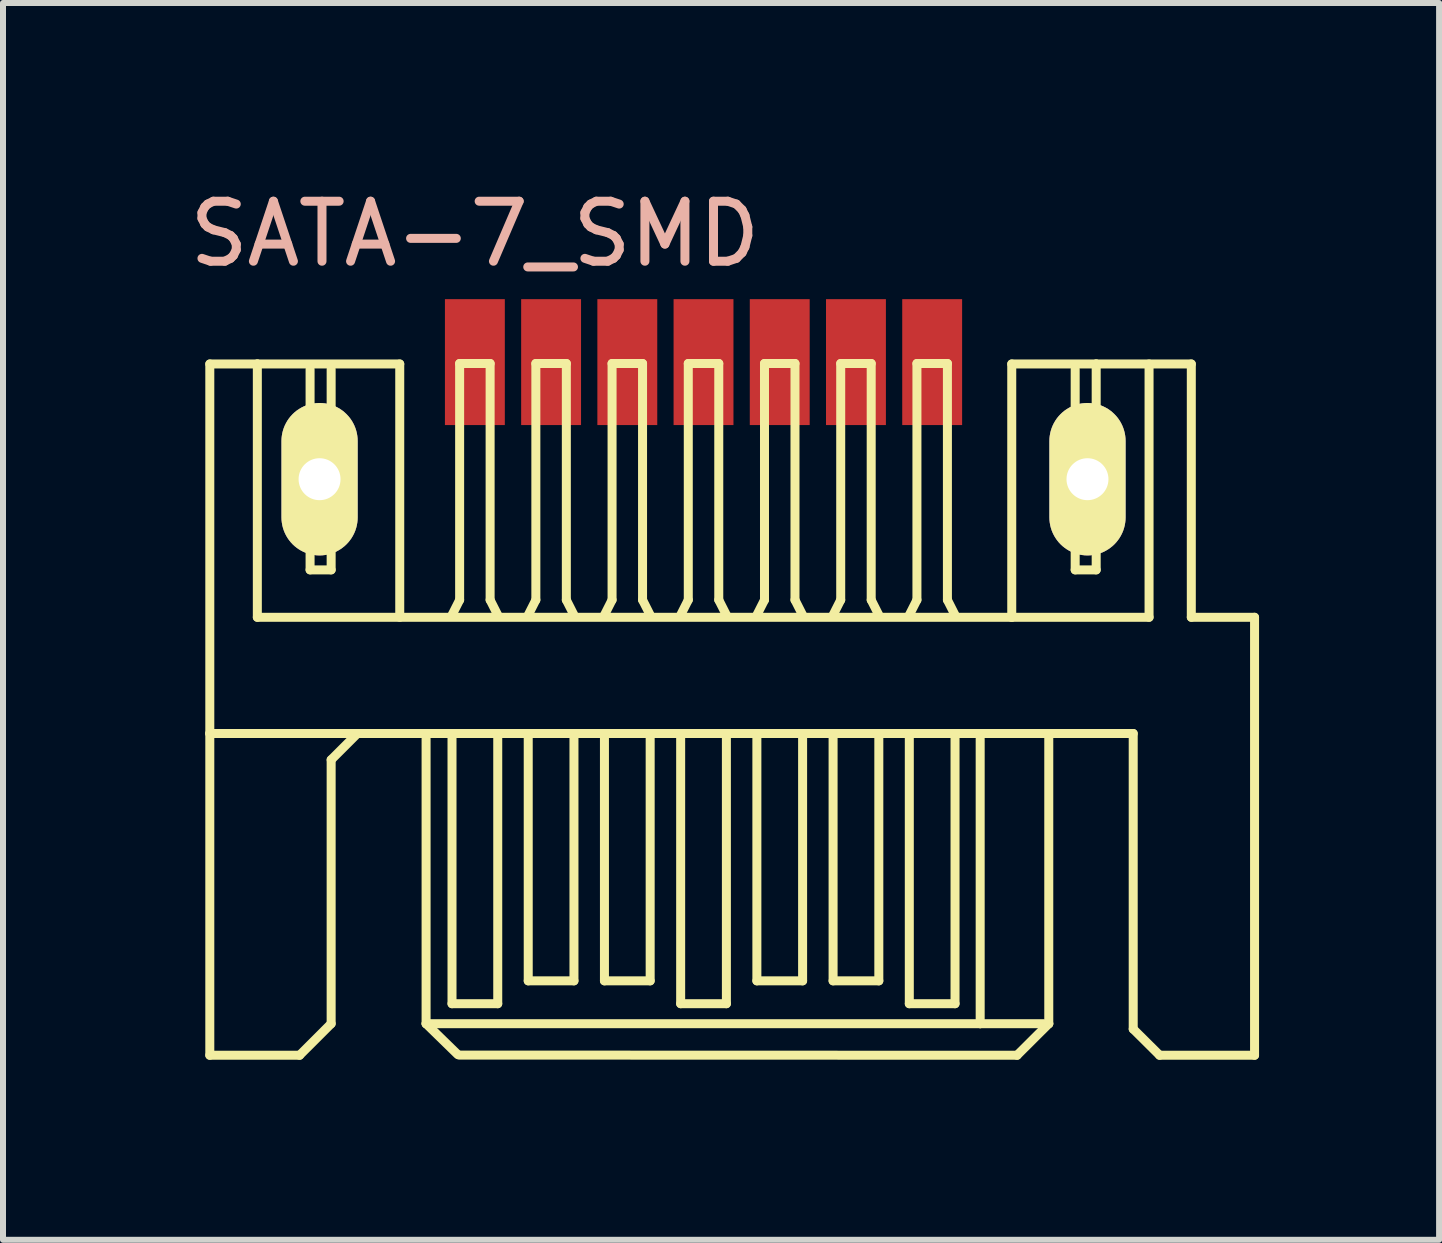
<source format=kicad_pcb>
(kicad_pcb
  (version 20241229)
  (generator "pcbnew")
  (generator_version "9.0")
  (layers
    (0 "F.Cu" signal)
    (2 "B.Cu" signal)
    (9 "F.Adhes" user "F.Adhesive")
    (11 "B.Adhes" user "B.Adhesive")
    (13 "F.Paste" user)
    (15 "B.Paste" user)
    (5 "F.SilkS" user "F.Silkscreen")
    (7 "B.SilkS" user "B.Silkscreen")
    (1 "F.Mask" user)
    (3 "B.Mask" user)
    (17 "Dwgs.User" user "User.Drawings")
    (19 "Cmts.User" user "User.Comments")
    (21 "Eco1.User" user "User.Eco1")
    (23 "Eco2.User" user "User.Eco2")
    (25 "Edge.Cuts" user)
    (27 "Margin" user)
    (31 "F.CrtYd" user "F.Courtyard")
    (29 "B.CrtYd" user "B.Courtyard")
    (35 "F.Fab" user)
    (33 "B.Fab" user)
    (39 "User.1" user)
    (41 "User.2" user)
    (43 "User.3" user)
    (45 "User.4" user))
  (footprint "SATA-7_SMD"
    (layer "F.Cu")
    (at 8.673 14.183)
    (property "Reference" "SATA-7_SMD" (at -3.81 -13.335 0) (layer "B.SilkS") (effects (font (size 1 1) (thickness 0.15))))
    (attr smd)
    (fp_line (start -8.227 -11.168) (end -7.435 -11.168) (stroke (width 0.15) (type solid)) (layer "F.SilkS"))
    (fp_line (start -8.227 -5.011) (end -8.227 -11.168) (stroke (width 0.15) (type solid)) (layer "F.SilkS"))
    (fp_line (start -8.227 -5.011) (end 5.753 -5.011) (stroke (width 0.15) (type solid)) (layer "F.SilkS"))
    (fp_line (start -8.227 0.351) (end -8.227 -5.011) (stroke (width 0.15) (type solid)) (layer "F.SilkS"))
    (fp_line (start -7.435 -11.168) (end -7.435 -6.947) (stroke (width 0.15) (type solid)) (layer "F.SilkS"))
    (fp_line (start -7.435 -11.168) (end -5.062 -11.168) (stroke (width 0.15) (type solid)) (layer "F.SilkS"))
    (fp_line (start -7.435 -6.947) (end 5.136 -6.947) (stroke (width 0.15) (type solid)) (layer "F.SilkS"))
    (fp_line (start -6.749 -8.499) (end -6.749 -10) (stroke (width 0.15) (type solid)) (layer "F.SilkS"))
    (fp_line (start -6.731 0.351) (end -8.227 0.351) (stroke (width 0.15) (type solid)) (layer "F.SilkS"))
    (fp_line (start -6.556 -11.079) (end -6.556 -7.737) (stroke (width 0.15) (type solid)) (layer "F.SilkS"))
    (fp_line (start -6.556 -7.737) (end -6.205 -7.737) (stroke (width 0.15) (type solid)) (layer "F.SilkS"))
    (fp_line (start -6.205 -7.737) (end -6.205 -11.079) (stroke (width 0.15) (type solid)) (layer "F.SilkS"))
    (fp_line (start -6.205 -4.572) (end -5.766 -5.011) (stroke (width 0.15) (type solid)) (layer "F.SilkS"))
    (fp_line (start -6.205 -0.175) (end -6.731 0.351) (stroke (width 0.15) (type solid)) (layer "F.SilkS"))
    (fp_line (start -6.205 -0.175) (end -6.205 -4.572) (stroke (width 0.15) (type solid)) (layer "F.SilkS"))
    (fp_line (start -6.048 -10) (end -6.048 -8.499) (stroke (width 0.15) (type solid)) (layer "F.SilkS"))
    (fp_line (start -5.062 -11.168) (end -5.062 -6.947) (stroke (width 0.15) (type solid)) (layer "F.SilkS"))
    (fp_line (start -4.623 -0.175) (end -4.623 -4.923) (stroke (width 0.15) (type solid)) (layer "F.SilkS"))
    (fp_line (start -4.191 -6.985) (end -4.064 -7.236) (stroke (width 0.15) (type solid)) (layer "F.SilkS"))
    (fp_line (start -4.191 -0.508) (end -4.191 -4.953) (stroke (width 0.15) (type solid)) (layer "F.SilkS"))
    (fp_line (start -4.097 0.338) (end -4.623 -0.175) (stroke (width 0.15) (type solid)) (layer "F.SilkS"))
    (fp_line (start -4.064 -11.176) (end -3.556 -11.176) (stroke (width 0.15) (type solid)) (layer "F.SilkS"))
    (fp_line (start -4.064 -7.236) (end -4.064 -11.176) (stroke (width 0.15) (type solid)) (layer "F.SilkS"))
    (fp_line (start -3.556 -11.176) (end -3.556 -7.236) (stroke (width 0.15) (type solid)) (layer "F.SilkS"))
    (fp_line (start -3.556 -7.236) (end -3.429 -6.985) (stroke (width 0.15) (type solid)) (layer "F.SilkS"))
    (fp_line (start -3.429 -4.953) (end -3.429 -0.508) (stroke (width 0.15) (type solid)) (layer "F.SilkS"))
    (fp_line (start -3.429 -0.508) (end -4.191 -0.508) (stroke (width 0.15) (type solid)) (layer "F.SilkS"))
    (fp_line (start -2.921 -6.985) (end -2.794 -7.236) (stroke (width 0.15) (type solid)) (layer "F.SilkS"))
    (fp_line (start -2.921 -4.953) (end -2.921 -0.889) (stroke (width 0.15) (type solid)) (layer "F.SilkS"))
    (fp_line (start -2.921 -0.889) (end -2.159 -0.889) (stroke (width 0.15) (type solid)) (layer "F.SilkS"))
    (fp_line (start -2.794 -11.176) (end -2.286 -11.176) (stroke (width 0.15) (type solid)) (layer "F.SilkS"))
    (fp_line (start -2.794 -7.236) (end -2.794 -11.176) (stroke (width 0.15) (type solid)) (layer "F.SilkS"))
    (fp_line (start -2.286 -11.176) (end -2.286 -7.236) (stroke (width 0.15) (type solid)) (layer "F.SilkS"))
    (fp_line (start -2.286 -7.236) (end -2.159 -6.985) (stroke (width 0.15) (type solid)) (layer "F.SilkS"))
    (fp_line (start -2.159 -0.889) (end -2.159 -4.953) (stroke (width 0.15) (type solid)) (layer "F.SilkS"))
    (fp_line (start -1.651 -6.985) (end -1.524 -7.236) (stroke (width 0.15) (type solid)) (layer "F.SilkS"))
    (fp_line (start -1.651 -4.953) (end -1.651 -0.889) (stroke (width 0.15) (type solid)) (layer "F.SilkS"))
    (fp_line (start -1.651 -0.889) (end -0.889 -0.889) (stroke (width 0.15) (type solid)) (layer "F.SilkS"))
    (fp_line (start -1.524 -11.176) (end -1.016 -11.176) (stroke (width 0.15) (type solid)) (layer "F.SilkS"))
    (fp_line (start -1.524 -7.236) (end -1.524 -11.176) (stroke (width 0.15) (type solid)) (layer "F.SilkS"))
    (fp_line (start -1.016 -11.176) (end -1.016 -7.236) (stroke (width 0.15) (type solid)) (layer "F.SilkS"))
    (fp_line (start -1.016 -7.236) (end -0.889 -6.985) (stroke (width 0.15) (type solid)) (layer "F.SilkS"))
    (fp_line (start -0.889 -0.889) (end -0.889 -4.953) (stroke (width 0.15) (type solid)) (layer "F.SilkS"))
    (fp_line (start -0.381 -6.985) (end -0.254 -7.236) (stroke (width 0.15) (type solid)) (layer "F.SilkS"))
    (fp_line (start -0.381 -4.953) (end -0.381 -0.508) (stroke (width 0.15) (type solid)) (layer "F.SilkS"))
    (fp_line (start -0.381 -0.508) (end 0.381 -0.508) (stroke (width 0.15) (type solid)) (layer "F.SilkS"))
    (fp_line (start -0.254 -11.176) (end 0.254 -11.176) (stroke (width 0.15) (type solid)) (layer "F.SilkS"))
    (fp_line (start -0.254 -7.236) (end -0.254 -11.176) (stroke (width 0.15) (type solid)) (layer "F.SilkS"))
    (fp_line (start 0.254 -11.176) (end 0.254 -7.236) (stroke (width 0.15) (type solid)) (layer "F.SilkS"))
    (fp_line (start 0.254 -7.236) (end 0.381 -6.985) (stroke (width 0.15) (type solid)) (layer "F.SilkS"))
    (fp_line (start 0.381 -0.508) (end 0.381 -4.953) (stroke (width 0.15) (type solid)) (layer "F.SilkS"))
    (fp_line (start 0.889 -6.985) (end 1.016 -7.236) (stroke (width 0.15) (type solid)) (layer "F.SilkS"))
    (fp_line (start 0.889 -4.953) (end 0.889 -0.889) (stroke (width 0.15) (type solid)) (layer "F.SilkS"))
    (fp_line (start 0.889 -0.889) (end 1.651 -0.889) (stroke (width 0.15) (type solid)) (layer "F.SilkS"))
    (fp_line (start 1.016 -11.176) (end 1.524 -11.176) (stroke (width 0.15) (type solid)) (layer "F.SilkS"))
    (fp_line (start 1.016 -7.236) (end 1.016 -11.176) (stroke (width 0.15) (type solid)) (layer "F.SilkS"))
    (fp_line (start 1.524 -11.176) (end 1.524 -7.236) (stroke (width 0.15) (type solid)) (layer "F.SilkS"))
    (fp_line (start 1.524 -7.236) (end 1.651 -6.985) (stroke (width 0.15) (type solid)) (layer "F.SilkS"))
    (fp_line (start 1.651 -0.889) (end 1.651 -4.953) (stroke (width 0.15) (type solid)) (layer "F.SilkS"))
    (fp_line (start 2.159 -6.985) (end 2.286 -7.236) (stroke (width 0.15) (type solid)) (layer "F.SilkS"))
    (fp_line (start 2.159 -4.953) (end 2.159 -0.889) (stroke (width 0.15) (type solid)) (layer "F.SilkS"))
    (fp_line (start 2.159 -0.889) (end 2.921 -0.889) (stroke (width 0.15) (type solid)) (layer "F.SilkS"))
    (fp_line (start 2.286 -11.176) (end 2.794 -11.176) (stroke (width 0.15) (type solid)) (layer "F.SilkS"))
    (fp_line (start 2.286 -7.236) (end 2.286 -11.176) (stroke (width 0.15) (type solid)) (layer "F.SilkS"))
    (fp_line (start 2.794 -11.176) (end 2.794 -7.236) (stroke (width 0.15) (type solid)) (layer "F.SilkS"))
    (fp_line (start 2.794 -7.236) (end 2.921 -6.985) (stroke (width 0.15) (type solid)) (layer "F.SilkS"))
    (fp_line (start 2.921 -0.889) (end 2.921 -4.953) (stroke (width 0.15) (type solid)) (layer "F.SilkS"))
    (fp_line (start 3.429 -6.985) (end 3.556 -7.236) (stroke (width 0.15) (type solid)) (layer "F.SilkS"))
    (fp_line (start 3.429 -4.953) (end 3.429 -0.508) (stroke (width 0.15) (type solid)) (layer "F.SilkS"))
    (fp_line (start 3.429 -0.508) (end 4.191 -0.508) (stroke (width 0.15) (type solid)) (layer "F.SilkS"))
    (fp_line (start 3.556 -11.176) (end 4.064 -11.176) (stroke (width 0.15) (type solid)) (layer "F.SilkS"))
    (fp_line (start 3.556 -7.236) (end 3.556 -11.176) (stroke (width 0.15) (type solid)) (layer "F.SilkS"))
    (fp_line (start 4.064 -11.176) (end 4.064 -7.236) (stroke (width 0.15) (type solid)) (layer "F.SilkS"))
    (fp_line (start 4.064 -7.236) (end 4.191 -6.985) (stroke (width 0.15) (type solid)) (layer "F.SilkS"))
    (fp_line (start 4.191 -0.508) (end 4.191 -4.953) (stroke (width 0.15) (type solid)) (layer "F.SilkS"))
    (fp_line (start 4.61 -0.175) (end -4.623 -0.175) (stroke (width 0.15) (type solid)) (layer "F.SilkS"))
    (fp_line (start 4.61 -0.175) (end 4.61 -4.923) (stroke (width 0.15) (type solid)) (layer "F.SilkS"))
    (fp_line (start 5.136 -11.168) (end 6.543 -11.168) (stroke (width 0.15) (type solid)) (layer "F.SilkS"))
    (fp_line (start 5.136 -6.947) (end 5.136 -11.168) (stroke (width 0.15) (type solid)) (layer "F.SilkS"))
    (fp_line (start 5.136 -6.947) (end 7.424 -6.947) (stroke (width 0.15) (type solid)) (layer "F.SilkS"))
    (fp_line (start 5.225 0.351) (end -4.074 0.348) (stroke (width 0.15) (type solid)) (layer "F.SilkS"))
    (fp_line (start 5.664 -0.175) (end 4.61 -0.175) (stroke (width 0.15) (type solid)) (layer "F.SilkS"))
    (fp_line (start 5.753 -5.011) (end 5.753 -0.175) (stroke (width 0.15) (type solid)) (layer "F.SilkS"))
    (fp_line (start 5.753 -0.175) (end 5.225 0.351) (stroke (width 0.15) (type solid)) (layer "F.SilkS"))
    (fp_line (start 5.753 -0.175) (end 5.753 -0.175) (stroke (width 0.15) (type solid)) (layer "F.SilkS"))
    (fp_line (start 6.048 -8.499) (end 6.048 -10) (stroke (width 0.15) (type solid)) (layer "F.SilkS"))
    (fp_line (start 6.193 -11.079) (end 6.193 -7.737) (stroke (width 0.15) (type solid)) (layer "F.SilkS"))
    (fp_line (start 6.193 -7.737) (end 6.543 -7.737) (stroke (width 0.15) (type solid)) (layer "F.SilkS"))
    (fp_line (start 6.543 -11.168) (end 8.128 -11.168) (stroke (width 0.15) (type solid)) (layer "F.SilkS"))
    (fp_line (start 6.543 -7.737) (end 6.543 -11.168) (stroke (width 0.15) (type solid)) (layer "F.SilkS"))
    (fp_line (start 6.749 -10) (end 6.749 -8.499) (stroke (width 0.15) (type solid)) (layer "F.SilkS"))
    (fp_line (start 7.16 -5.011) (end 5.753 -5.011) (stroke (width 0.15) (type solid)) (layer "F.SilkS"))
    (fp_line (start 7.16 -0.086) (end 7.16 -5.011) (stroke (width 0.15) (type solid)) (layer "F.SilkS"))
    (fp_line (start 7.424 -6.947) (end 7.424 -11.168) (stroke (width 0.15) (type solid)) (layer "F.SilkS"))
    (fp_line (start 7.6 0.351) (end 7.16 -0.086) (stroke (width 0.15) (type solid)) (layer "F.SilkS"))
    (fp_line (start 8.128 -11.168) (end 8.128 -6.947) (stroke (width 0.15) (type solid)) (layer "F.SilkS"))
    (fp_line (start 8.128 -6.947) (end 9.182 -6.947) (stroke (width 0.15) (type solid)) (layer "F.SilkS"))
    (fp_line (start 9.182 -6.947) (end 9.182 0.351) (stroke (width 0.15) (type solid)) (layer "F.SilkS"))
    (fp_line (start 9.182 0.351) (end 7.6 0.351) (stroke (width 0.15) (type solid)) (layer "F.SilkS"))
    (fp_arc (start -6.74878 -9.99998) (mid -6.646115 -10.247835) (end -6.39826 -10.3505) (stroke (width 0.15) (type solid)) (layer "F.SilkS"))
    (fp_arc (start -6.39826 -10.34796) (mid -6.152201 -10.246039) (end -6.05028 -9.99998) (stroke (width 0.15) (type solid)) (layer "F.SilkS"))
    (fp_arc (start -6.39826 -8.14832) (mid -6.646115 -8.250985) (end -6.74878 -8.49884) (stroke (width 0.15) (type solid)) (layer "F.SilkS"))
    (fp_arc (start -6.04774 -8.49884) (mid -6.150405 -8.250985) (end -6.39826 -8.14832) (stroke (width 0.15) (type solid)) (layer "F.SilkS"))
    (fp_arc (start 6.04774 -9.99998) (mid 6.150405 -10.247835) (end 6.39826 -10.3505) (stroke (width 0.15) (type solid)) (layer "F.SilkS"))
    (fp_arc (start 6.39826 -10.34796) (mid 6.644319 -10.246039) (end 6.74624 -9.99998) (stroke (width 0.15) (type solid)) (layer "F.SilkS"))
    (fp_arc (start 6.39826 -8.14832) (mid 6.150405 -8.250985) (end 6.04774 -8.49884) (stroke (width 0.15) (type solid)) (layer "F.SilkS"))
    (fp_arc (start 6.74878 -8.49884) (mid 6.646115 -8.250985) (end 6.39826 -8.14832) (stroke (width 0.15) (type solid)) (layer "F.SilkS"))
    (pad "1" smd rect (at -3.81 -11.199) (size 0.998 2.098) (layers "F.Cu" "F.Mask" "F.Paste"))
    (pad "2" smd rect (at -2.54 -11.199) (size 0.998 2.098) (layers "F.Cu" "F.Mask" "F.Paste"))
    (pad "3" smd rect (at -1.27 -11.199) (size 0.998 2.098) (layers "F.Cu" "F.Mask" "F.Paste"))
    (pad "4" smd rect (at 0 -11.199) (size 0.998 2.098) (layers "F.Cu" "F.Mask" "F.Paste"))
    (pad "5" smd rect (at 1.27 -11.199) (size 0.998 2.098) (layers "F.Cu" "F.Mask" "F.Paste"))
    (pad "6" smd rect (at 2.54 -11.199) (size 0.998 2.098) (layers "F.Cu" "F.Mask" "F.Paste"))
    (pad "7" smd rect (at 3.81 -11.199) (size 0.998 2.098) (layers "F.Cu" "F.Mask" "F.Paste"))
    (pad "M1" thru_hole oval (at -6.398 -9.248) (size 1.27 2.54) (drill 0.699) (layers "*.Cu" "F.Mask" "F.SilkS" "F.Paste"))
    (pad "M2" thru_hole oval (at 6.398 -9.248) (size 1.27 2.54) (drill 0.699) (layers "*.Cu" "F.Mask" "F.SilkS" "F.Paste")))
  (gr_rect
    (start -3 -3)
    (end 20.93 17.609)
    (stroke (width 0.1) (type default))
    (fill no)
    (layer "Edge.Cuts")))
</source>
